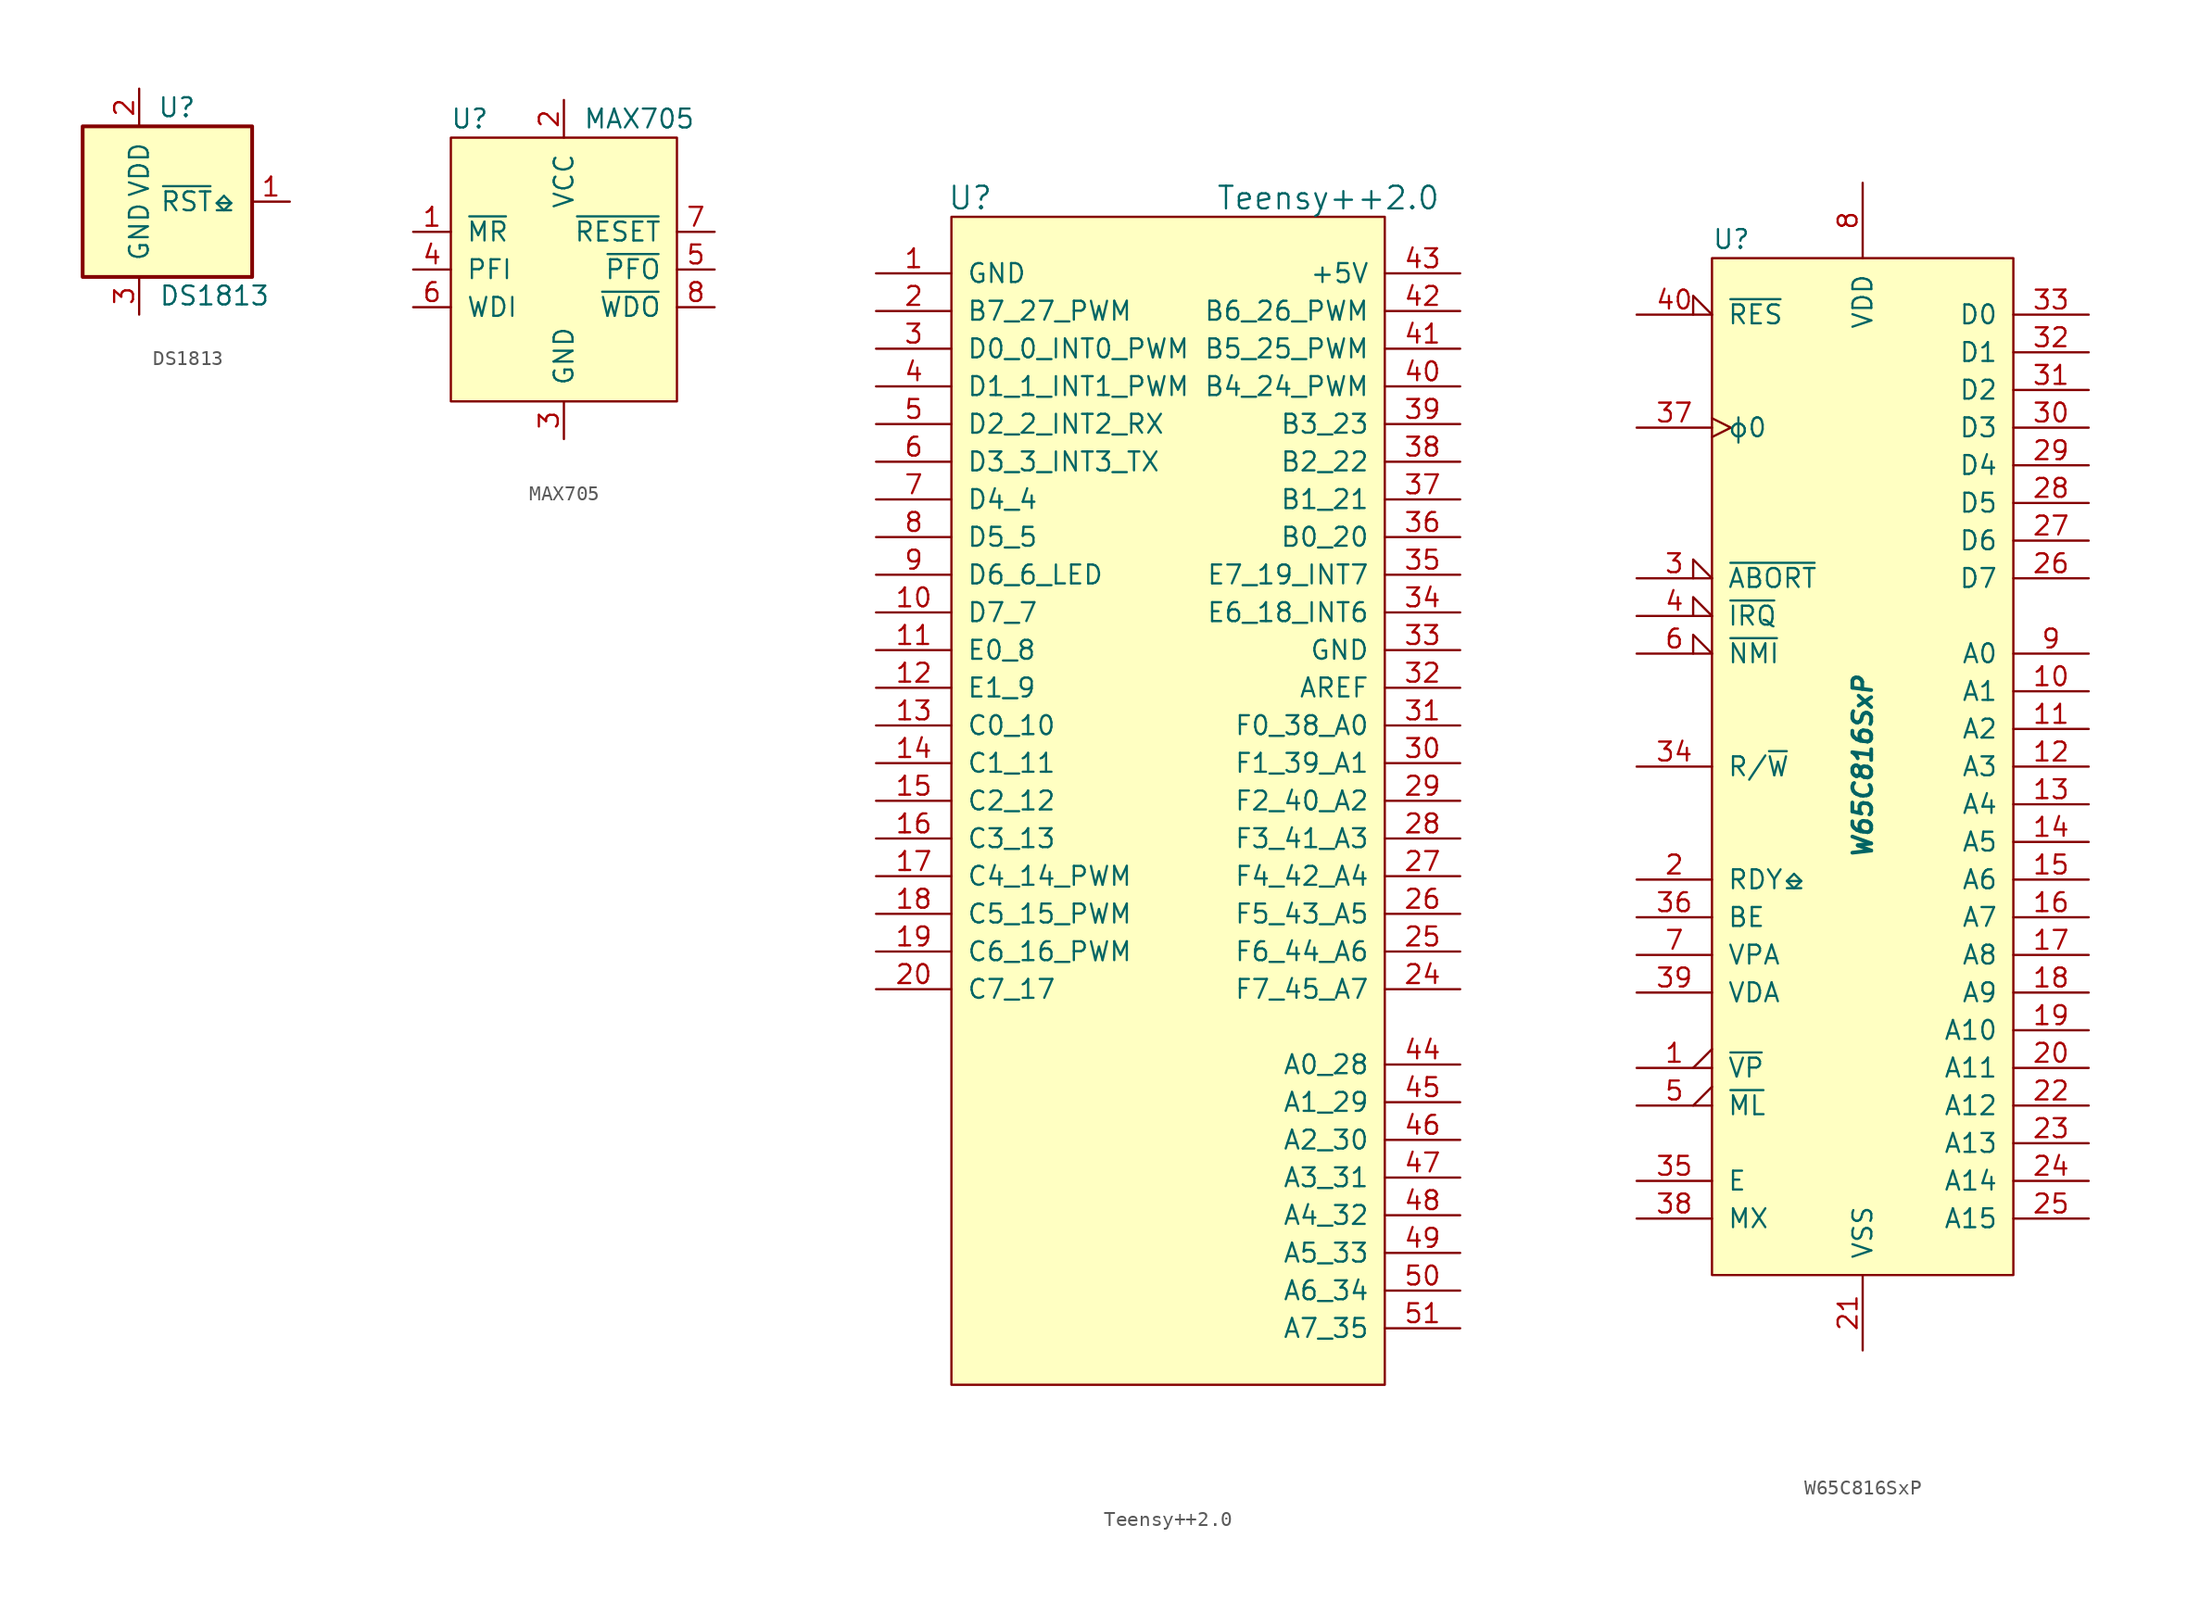
<source format=kicad_sym>
(kicad_symbol_lib
  (version 20211014)
  (generator kicad_symbol_editor)
  (symbol "DS1813"
    (pin_names
      (offset 1.016))
    (property "Reference" "U"
      (at 1.27 6.35 0)
      (effects (font (size 1.27 1.27))))
    (property "Value" "DS1813"
      (at 3.81 -6.35 0)
      (effects (font (size 1.27 1.27))))
    (symbol "DS1813_1_1"
      (rectangle (start -5.08 5.08) (end 6.35 -5.08) (stroke (width 0.254) (type default) (color 0 0 0 0)) (fill (type background)))
      (pin bidirectional line (at 8.89 0 180) (length 2.54) (name "~{RST}⎒" (effects (font (size 1.27 1.27)))) (number "1" (effects (font (size 1.27 1.27)))))
      (pin power_in line (at -1.27 7.62 270) (length 2.54) (name "VDD" (effects (font (size 1.27 1.27)))) (number "2" (effects (font (size 1.27 1.27)))))
      (pin power_in line (at -1.27 -7.62 90) (length 2.54) (name "GND" (effects (font (size 1.27 1.27)))) (number "3" (effects (font (size 1.27 1.27)))))))
  (symbol "MAX705"
    (pin_names
      (offset 1.016))
    (property "Reference" "U"
      (at -6.35 10.16 0)
      (effects (font (size 1.27 1.27))))
    (property "Value" "MAX705"
      (at 5.08 10.16 0)
      (effects (font (size 1.27 1.27))))
    (symbol "MAX705_0_1"
      (rectangle (start -7.62 8.89) (end 7.62 -8.89) (stroke (width 0) (type default) (color 0 0 0 0)) (fill (type background))))
    (symbol "MAX705_1_1"
      (pin input line (at -10.16 2.54 0) (length 2.54) (name "~{MR}" (effects (font (size 1.27 1.27)))) (number "1" (effects (font (size 1.27 1.27)))))
      (pin power_in line (at 0 11.43 270) (length 2.54) (name "VCC" (effects (font (size 1.27 1.27)))) (number "2" (effects (font (size 1.27 1.27)))))
      (pin power_in line (at 0 -11.43 90) (length 2.54) (name "GND" (effects (font (size 1.27 1.27)))) (number "3" (effects (font (size 1.27 1.27)))))
      (pin input line (at -10.16 0 0) (length 2.54) (name "PFI" (effects (font (size 1.27 1.27)))) (number "4" (effects (font (size 1.27 1.27)))))
      (pin output line (at 10.16 0 180) (length 2.54) (name "~{PFO}" (effects (font (size 1.27 1.27)))) (number "5" (effects (font (size 1.27 1.27)))))
      (pin input line (at -10.16 -2.54 0) (length 2.54) (name "WDI" (effects (font (size 1.27 1.27)))) (number "6" (effects (font (size 1.27 1.27)))))
      (pin output line (at 10.16 2.54 180) (length 2.54) (name "~{RESET}" (effects (font (size 1.27 1.27)))) (number "7" (effects (font (size 1.27 1.27)))))
      (pin output line (at 10.16 -2.54 180) (length 2.54) (name "~{WDO}" (effects (font (size 1.27 1.27)))) (number "8" (effects (font (size 1.27 1.27)))))))
  (symbol "Teensy++2.0"
    (pin_names
      (offset 1.016))
    (property "Reference" "U"
      (at -11.43 39.37 0)
      (effects (font (size 1.524 1.524))))
    (property "Value" "Teensy++2.0"
      (at 12.7 39.37 0)
      (effects (font (size 1.524 1.524))))
    (property "Datasheet" ""
      (at 2.54 -16.51 0)
      (effects (font (size 1.524 1.524))))
    (symbol "Teensy++2.0_0_1"
      (rectangle (start -12.7 38.1) (end 16.51 -40.64) (stroke (width 0) (type default) (color 0 0 0 0)) (fill (type background))))
    (symbol "Teensy++2.0_1_1"
      (pin power_in line (at -17.78 34.29 0) (length 5.08) (name "GND" (effects (font (size 1.27 1.27)))) (number "1" (effects (font (size 1.27 1.27)))))
      (pin bidirectional line (at -17.78 11.43 0) (length 5.08) (name "D7_7" (effects (font (size 1.27 1.27)))) (number "10" (effects (font (size 1.27 1.27)))))
      (pin bidirectional line (at -17.78 8.89 0) (length 5.08) (name "E0_8" (effects (font (size 1.27 1.27)))) (number "11" (effects (font (size 1.27 1.27)))))
      (pin bidirectional line (at -17.78 6.35 0) (length 5.08) (name "E1_9" (effects (font (size 1.27 1.27)))) (number "12" (effects (font (size 1.27 1.27)))))
      (pin bidirectional line (at -17.78 3.81 0) (length 5.08) (name "C0_10" (effects (font (size 1.27 1.27)))) (number "13" (effects (font (size 1.27 1.27)))))
      (pin bidirectional line (at -17.78 1.27 0) (length 5.08) (name "C1_11" (effects (font (size 1.27 1.27)))) (number "14" (effects (font (size 1.27 1.27)))))
      (pin bidirectional line (at -17.78 -1.27 0) (length 5.08) (name "C2_12" (effects (font (size 1.27 1.27)))) (number "15" (effects (font (size 1.27 1.27)))))
      (pin bidirectional line (at -17.78 -3.81 0) (length 5.08) (name "C3_13" (effects (font (size 1.27 1.27)))) (number "16" (effects (font (size 1.27 1.27)))))
      (pin bidirectional line (at -17.78 -6.35 0) (length 5.08) (name "C4_14_PWM" (effects (font (size 1.27 1.27)))) (number "17" (effects (font (size 1.27 1.27)))))
      (pin bidirectional line (at -17.78 -8.89 0) (length 5.08) (name "C5_15_PWM" (effects (font (size 1.27 1.27)))) (number "18" (effects (font (size 1.27 1.27)))))
      (pin bidirectional line (at -17.78 -11.43 0) (length 5.08) (name "C6_16_PWM" (effects (font (size 1.27 1.27)))) (number "19" (effects (font (size 1.27 1.27)))))
      (pin bidirectional line (at -17.78 31.75 0) (length 5.08) (name "B7_27_PWM" (effects (font (size 1.27 1.27)))) (number "2" (effects (font (size 1.27 1.27)))))
      (pin bidirectional line (at -17.78 -13.97 0) (length 5.08) (name "C7_17" (effects (font (size 1.27 1.27)))) (number "20" (effects (font (size 1.27 1.27)))))
      (pin bidirectional line (at 21.59 -13.97 180) (length 5.08) (name "F7_45_A7" (effects (font (size 1.27 1.27)))) (number "24" (effects (font (size 1.27 1.27)))))
      (pin bidirectional line (at 21.59 -11.43 180) (length 5.08) (name "F6_44_A6" (effects (font (size 1.27 1.27)))) (number "25" (effects (font (size 1.27 1.27)))))
      (pin bidirectional line (at 21.59 -8.89 180) (length 5.08) (name "F5_43_A5" (effects (font (size 1.27 1.27)))) (number "26" (effects (font (size 1.27 1.27)))))
      (pin bidirectional line (at 21.59 -6.35 180) (length 5.08) (name "F4_42_A4" (effects (font (size 1.27 1.27)))) (number "27" (effects (font (size 1.27 1.27)))))
      (pin bidirectional line (at 21.59 -3.81 180) (length 5.08) (name "F3_41_A3" (effects (font (size 1.27 1.27)))) (number "28" (effects (font (size 1.27 1.27)))))
      (pin bidirectional line (at 21.59 -1.27 180) (length 5.08) (name "F2_40_A2" (effects (font (size 1.27 1.27)))) (number "29" (effects (font (size 1.27 1.27)))))
      (pin bidirectional line (at -17.78 29.21 0) (length 5.08) (name "D0_0_INT0_PWM" (effects (font (size 1.27 1.27)))) (number "3" (effects (font (size 1.27 1.27)))))
      (pin bidirectional line (at 21.59 1.27 180) (length 5.08) (name "F1_39_A1" (effects (font (size 1.27 1.27)))) (number "30" (effects (font (size 1.27 1.27)))))
      (pin bidirectional line (at 21.59 3.81 180) (length 5.08) (name "F0_38_A0" (effects (font (size 1.27 1.27)))) (number "31" (effects (font (size 1.27 1.27)))))
      (pin input line (at 21.59 6.35 180) (length 5.08) (name "AREF" (effects (font (size 1.27 1.27)))) (number "32" (effects (font (size 1.27 1.27)))))
      (pin power_in line (at 21.59 8.89 180) (length 5.08) (name "GND" (effects (font (size 1.27 1.27)))) (number "33" (effects (font (size 1.27 1.27)))))
      (pin bidirectional line (at 21.59 11.43 180) (length 5.08) (name "E6_18_INT6" (effects (font (size 1.27 1.27)))) (number "34" (effects (font (size 1.27 1.27)))))
      (pin bidirectional line (at 21.59 13.97 180) (length 5.08) (name "E7_19_INT7" (effects (font (size 1.27 1.27)))) (number "35" (effects (font (size 1.27 1.27)))))
      (pin bidirectional line (at 21.59 16.51 180) (length 5.08) (name "B0_20" (effects (font (size 1.27 1.27)))) (number "36" (effects (font (size 1.27 1.27)))))
      (pin bidirectional line (at 21.59 19.05 180) (length 5.08) (name "B1_21" (effects (font (size 1.27 1.27)))) (number "37" (effects (font (size 1.27 1.27)))))
      (pin bidirectional line (at 21.59 21.59 180) (length 5.08) (name "B2_22" (effects (font (size 1.27 1.27)))) (number "38" (effects (font (size 1.27 1.27)))))
      (pin bidirectional line (at 21.59 24.13 180) (length 5.08) (name "B3_23" (effects (font (size 1.27 1.27)))) (number "39" (effects (font (size 1.27 1.27)))))
      (pin bidirectional line (at -17.78 26.67 0) (length 5.08) (name "D1_1_INT1_PWM" (effects (font (size 1.27 1.27)))) (number "4" (effects (font (size 1.27 1.27)))))
      (pin bidirectional line (at 21.59 26.67 180) (length 5.08) (name "B4_24_PWM" (effects (font (size 1.27 1.27)))) (number "40" (effects (font (size 1.27 1.27)))))
      (pin bidirectional line (at 21.59 29.21 180) (length 5.08) (name "B5_25_PWM" (effects (font (size 1.27 1.27)))) (number "41" (effects (font (size 1.27 1.27)))))
      (pin bidirectional line (at 21.59 31.75 180) (length 5.08) (name "B6_26_PWM" (effects (font (size 1.27 1.27)))) (number "42" (effects (font (size 1.27 1.27)))))
      (pin power_in line (at 21.59 34.29 180) (length 5.08) (name "+5V" (effects (font (size 1.27 1.27)))) (number "43" (effects (font (size 1.27 1.27)))))
      (pin bidirectional line (at 21.59 -19.05 180) (length 5.08) (name "A0_28" (effects (font (size 1.27 1.27)))) (number "44" (effects (font (size 1.27 1.27)))))
      (pin bidirectional line (at 21.59 -21.59 180) (length 5.08) (name "A1_29" (effects (font (size 1.27 1.27)))) (number "45" (effects (font (size 1.27 1.27)))))
      (pin bidirectional line (at 21.59 -24.13 180) (length 5.08) (name "A2_30" (effects (font (size 1.27 1.27)))) (number "46" (effects (font (size 1.27 1.27)))))
      (pin bidirectional line (at 21.59 -26.67 180) (length 5.08) (name "A3_31" (effects (font (size 1.27 1.27)))) (number "47" (effects (font (size 1.27 1.27)))))
      (pin bidirectional line (at 21.59 -29.21 180) (length 5.08) (name "A4_32" (effects (font (size 1.27 1.27)))) (number "48" (effects (font (size 1.27 1.27)))))
      (pin bidirectional line (at 21.59 -31.75 180) (length 5.08) (name "A5_33" (effects (font (size 1.27 1.27)))) (number "49" (effects (font (size 1.27 1.27)))))
      (pin bidirectional line (at -17.78 24.13 0) (length 5.08) (name "D2_2_INT2_RX" (effects (font (size 1.27 1.27)))) (number "5" (effects (font (size 1.27 1.27)))))
      (pin bidirectional line (at 21.59 -34.29 180) (length 5.08) (name "A6_34" (effects (font (size 1.27 1.27)))) (number "50" (effects (font (size 1.27 1.27)))))
      (pin bidirectional line (at 21.59 -36.83 180) (length 5.08) (name "A7_35" (effects (font (size 1.27 1.27)))) (number "51" (effects (font (size 1.27 1.27)))))
      (pin bidirectional line (at -17.78 21.59 0) (length 5.08) (name "D3_3_INT3_TX" (effects (font (size 1.27 1.27)))) (number "6" (effects (font (size 1.27 1.27)))))
      (pin bidirectional line (at -17.78 19.05 0) (length 5.08) (name "D4_4" (effects (font (size 1.27 1.27)))) (number "7" (effects (font (size 1.27 1.27)))))
      (pin bidirectional line (at -17.78 16.51 0) (length 5.08) (name "D5_5" (effects (font (size 1.27 1.27)))) (number "8" (effects (font (size 1.27 1.27)))))
      (pin bidirectional line (at -17.78 13.97 0) (length 5.08) (name "D6_6_LED" (effects (font (size 1.27 1.27)))) (number "9" (effects (font (size 1.27 1.27)))))))
  (symbol "W65C816SxP"
    (pin_names
      (offset 1.016))
    (property "Reference" "U"
      (at -10.16 35.56 0)
      (effects (font (size 1.27 1.27)) (justify left)))
    (property "Value" "W65C816SxP"
      (at 0 0 90)
      (effects (font (size 1.27 1.27) bold italic)))
    (symbol "W65C816SxP_0_1"
      (rectangle (start -10.16 34.29) (end 10.16 -34.29) (stroke (width 0) (type default) (color 0 0 0 0)) (fill (type background))))
    (symbol "W65C816SxP_1_1"
      (pin output output_low (at -15.24 -20.32 0) (length 5.08) (name "~{VP}" (effects (font (size 1.27 1.27)))) (number "1" (effects (font (size 1.27 1.27)))))
      (pin tri_state line (at 15.24 5.08 180) (length 5.08) (name "A1" (effects (font (size 1.27 1.27)))) (number "10" (effects (font (size 1.27 1.27)))))
      (pin tri_state line (at 15.24 2.54 180) (length 5.08) (name "A2" (effects (font (size 1.27 1.27)))) (number "11" (effects (font (size 1.27 1.27)))))
      (pin tri_state line (at 15.24 0 180) (length 5.08) (name "A3" (effects (font (size 1.27 1.27)))) (number "12" (effects (font (size 1.27 1.27)))))
      (pin tri_state line (at 15.24 -2.54 180) (length 5.08) (name "A4" (effects (font (size 1.27 1.27)))) (number "13" (effects (font (size 1.27 1.27)))))
      (pin tri_state line (at 15.24 -5.08 180) (length 5.08) (name "A5" (effects (font (size 1.27 1.27)))) (number "14" (effects (font (size 1.27 1.27)))))
      (pin tri_state line (at 15.24 -7.62 180) (length 5.08) (name "A6" (effects (font (size 1.27 1.27)))) (number "15" (effects (font (size 1.27 1.27)))))
      (pin tri_state line (at 15.24 -10.16 180) (length 5.08) (name "A7" (effects (font (size 1.27 1.27)))) (number "16" (effects (font (size 1.27 1.27)))))
      (pin tri_state line (at 15.24 -12.7 180) (length 5.08) (name "A8" (effects (font (size 1.27 1.27)))) (number "17" (effects (font (size 1.27 1.27)))))
      (pin tri_state line (at 15.24 -15.24 180) (length 5.08) (name "A9" (effects (font (size 1.27 1.27)))) (number "18" (effects (font (size 1.27 1.27)))))
      (pin tri_state line (at 15.24 -17.78 180) (length 5.08) (name "A10" (effects (font (size 1.27 1.27)))) (number "19" (effects (font (size 1.27 1.27)))))
      (pin open_collector line (at -15.24 -7.62 0) (length 5.08) (name "RDY⎒" (effects (font (size 1.27 1.27)))) (number "2" (effects (font (size 1.27 1.27)))))
      (pin tri_state line (at 15.24 -20.32 180) (length 5.08) (name "A11" (effects (font (size 1.27 1.27)))) (number "20" (effects (font (size 1.27 1.27)))))
      (pin power_in line (at 0 -39.37 90) (length 5.08) (name "VSS" (effects (font (size 1.27 1.27)))) (number "21" (effects (font (size 1.27 1.27)))))
      (pin tri_state line (at 15.24 -22.86 180) (length 5.08) (name "A12" (effects (font (size 1.27 1.27)))) (number "22" (effects (font (size 1.27 1.27)))))
      (pin tri_state line (at 15.24 -25.4 180) (length 5.08) (name "A13" (effects (font (size 1.27 1.27)))) (number "23" (effects (font (size 1.27 1.27)))))
      (pin tri_state line (at 15.24 -27.94 180) (length 5.08) (name "A14" (effects (font (size 1.27 1.27)))) (number "24" (effects (font (size 1.27 1.27)))))
      (pin tri_state line (at 15.24 -30.48 180) (length 5.08) (name "A15" (effects (font (size 1.27 1.27)))) (number "25" (effects (font (size 1.27 1.27)))))
      (pin bidirectional line (at 15.24 12.7 180) (length 5.08) (name "D7" (effects (font (size 1.27 1.27)))) (number "26" (effects (font (size 1.27 1.27)))))
      (pin bidirectional line (at 15.24 15.24 180) (length 5.08) (name "D6" (effects (font (size 1.27 1.27)))) (number "27" (effects (font (size 1.27 1.27)))))
      (pin bidirectional line (at 15.24 17.78 180) (length 5.08) (name "D5" (effects (font (size 1.27 1.27)))) (number "28" (effects (font (size 1.27 1.27)))))
      (pin bidirectional line (at 15.24 20.32 180) (length 5.08) (name "D4" (effects (font (size 1.27 1.27)))) (number "29" (effects (font (size 1.27 1.27)))))
      (pin input input_low (at -15.24 12.7 0) (length 5.08) (name "~{ABORT}" (effects (font (size 1.27 1.27)))) (number "3" (effects (font (size 1.27 1.27)))))
      (pin bidirectional line (at 15.24 22.86 180) (length 5.08) (name "D3" (effects (font (size 1.27 1.27)))) (number "30" (effects (font (size 1.27 1.27)))))
      (pin bidirectional line (at 15.24 25.4 180) (length 5.08) (name "D2" (effects (font (size 1.27 1.27)))) (number "31" (effects (font (size 1.27 1.27)))))
      (pin bidirectional line (at 15.24 27.94 180) (length 5.08) (name "D1" (effects (font (size 1.27 1.27)))) (number "32" (effects (font (size 1.27 1.27)))))
      (pin bidirectional line (at 15.24 30.48 180) (length 5.08) (name "D0" (effects (font (size 1.27 1.27)))) (number "33" (effects (font (size 1.27 1.27)))))
      (pin tri_state line (at -15.24 0 0) (length 5.08) (name "R/~{W}" (effects (font (size 1.27 1.27)))) (number "34" (effects (font (size 1.27 1.27)))))
      (pin output line (at -15.24 -27.94 0) (length 5.08) (name "E" (effects (font (size 1.27 1.27)))) (number "35" (effects (font (size 1.27 1.27)))))
      (pin input line (at -15.24 -10.16 0) (length 5.08) (name "BE" (effects (font (size 1.27 1.27)))) (number "36" (effects (font (size 1.27 1.27)))))
      (pin input clock (at -15.24 22.86 0) (length 5.08) (name "ϕ0" (effects (font (size 1.27 1.27)))) (number "37" (effects (font (size 1.27 1.27)))))
      (pin output line (at -15.24 -30.48 0) (length 5.08) (name "MX" (effects (font (size 1.27 1.27)))) (number "38" (effects (font (size 1.27 1.27)))))
      (pin output line (at -15.24 -15.24 0) (length 5.08) (name "VDA" (effects (font (size 1.27 1.27)))) (number "39" (effects (font (size 1.27 1.27)))))
      (pin input input_low (at -15.24 10.16 0) (length 5.08) (name "~{IRQ}" (effects (font (size 1.27 1.27)))) (number "4" (effects (font (size 1.27 1.27)))))
      (pin input input_low (at -15.24 30.48 0) (length 5.08) (name "~{RES}" (effects (font (size 1.27 1.27)))) (number "40" (effects (font (size 1.27 1.27)))))
      (pin output output_low (at -15.24 -22.86 0) (length 5.08) (name "~{ML}" (effects (font (size 1.27 1.27)))) (number "5" (effects (font (size 1.27 1.27)))))
      (pin input input_low (at -15.24 7.62 0) (length 5.08) (name "~{NMI}" (effects (font (size 1.27 1.27)))) (number "6" (effects (font (size 1.27 1.27)))))
      (pin output line (at -15.24 -12.7 0) (length 5.08) (name "VPA" (effects (font (size 1.27 1.27)))) (number "7" (effects (font (size 1.27 1.27)))))
      (pin power_in line (at 0 39.37 270) (length 5.08) (name "VDD" (effects (font (size 1.27 1.27)))) (number "8" (effects (font (size 1.27 1.27)))))
      (pin tri_state line (at 15.24 7.62 180) (length 5.08) (name "A0" (effects (font (size 1.27 1.27)))) (number "9" (effects (font (size 1.27 1.27))))))))
</source>
